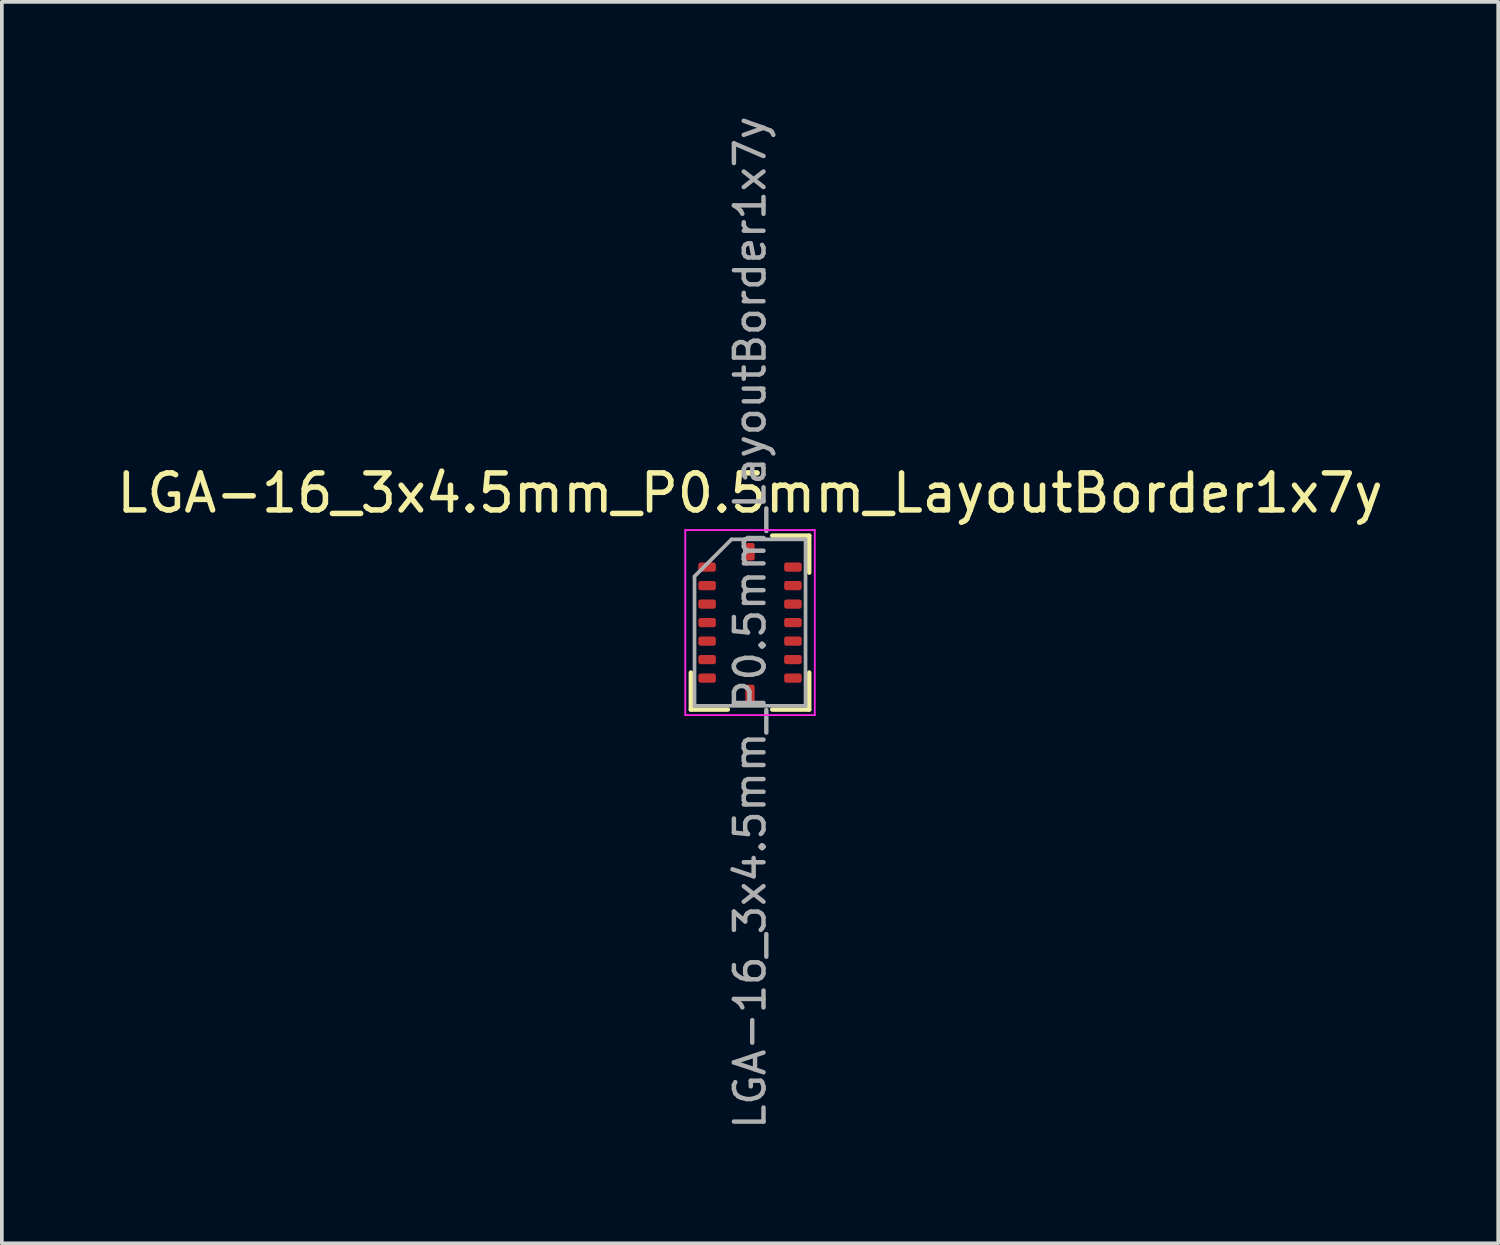
<source format=kicad_pcb>
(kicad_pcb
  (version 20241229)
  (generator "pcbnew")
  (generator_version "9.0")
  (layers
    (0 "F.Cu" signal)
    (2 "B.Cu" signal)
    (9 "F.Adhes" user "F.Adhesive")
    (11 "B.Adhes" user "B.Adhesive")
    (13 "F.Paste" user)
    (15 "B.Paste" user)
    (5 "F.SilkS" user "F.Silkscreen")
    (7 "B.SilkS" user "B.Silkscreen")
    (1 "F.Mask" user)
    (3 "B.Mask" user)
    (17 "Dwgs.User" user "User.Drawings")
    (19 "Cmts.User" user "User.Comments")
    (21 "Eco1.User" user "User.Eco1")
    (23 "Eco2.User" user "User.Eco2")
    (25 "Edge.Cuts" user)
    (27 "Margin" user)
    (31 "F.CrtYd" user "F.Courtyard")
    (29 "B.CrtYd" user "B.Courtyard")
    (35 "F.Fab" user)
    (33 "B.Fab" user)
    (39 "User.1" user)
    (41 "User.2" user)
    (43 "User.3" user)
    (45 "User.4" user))
  (footprint "LGA-16_3x4.5mm_P0.5mm_LayoutBorder1x7y"
    (layer "F.Cu")
    (at 17.22 13.776)
    (property "Reference" "LGA-16_3x4.5mm_P0.5mm_LayoutBorder1x7y" (at 0 -3.5 0) (layer "F.SilkS") (effects (font (size 1 1) (thickness 0.15))))
    (attr smd)
    (fp_line (start -1.6 2.35) (end -1.6 1.35) (stroke (width 0.12) (type solid)) (layer "F.SilkS"))
    (fp_line (start -0.6 2.35) (end -1.6 2.35) (stroke (width 0.12) (type solid)) (layer "F.SilkS"))
    (fp_line (start 0.6 -2.35) (end 1.6 -2.35) (stroke (width 0.12) (type solid)) (layer "F.SilkS"))
    (fp_line (start 1.6 -2.35) (end 1.6 -1.35) (stroke (width 0.12) (type solid)) (layer "F.SilkS"))
    (fp_line (start 1.6 1.35) (end 1.6 2.35) (stroke (width 0.12) (type solid)) (layer "F.SilkS"))
    (fp_line (start 1.6 2.35) (end 0.6 2.35) (stroke (width 0.12) (type solid)) (layer "F.SilkS"))
    (fp_line (start -1.75 -2.5) (end -1.75 2.5) (stroke (width 0.05) (type solid)) (layer "F.CrtYd"))
    (fp_line (start -1.75 2.5) (end 1.75 2.5) (stroke (width 0.05) (type solid)) (layer "F.CrtYd"))
    (fp_line (start 1.75 -2.5) (end -1.75 -2.5) (stroke (width 0.05) (type solid)) (layer "F.CrtYd"))
    (fp_line (start 1.75 2.5) (end 1.75 -2.5) (stroke (width 0.05) (type solid)) (layer "F.CrtYd"))
    (fp_line (start -1.5 -1.25) (end -0.5 -2.25) (stroke (width 0.1) (type solid)) (layer "F.Fab"))
    (fp_line (start -1.5 2.25) (end -1.5 -1.25) (stroke (width 0.1) (type solid)) (layer "F.Fab"))
    (fp_line (start -0.5 -2.25) (end 1.5 -2.25) (stroke (width 0.1) (type solid)) (layer "F.Fab"))
    (fp_line (start 1.5 -2.25) (end 1.5 2.25) (stroke (width 0.1) (type solid)) (layer "F.Fab"))
    (fp_line (start 1.5 2.25) (end -1.5 2.25) (stroke (width 0.1) (type solid)) (layer "F.Fab"))
    (fp_text user "${REFERENCE}" (at 0 0 90) (layer "F.Fab") (effects (font (size 0.8 0.8) (thickness 0.12))))
    (pad "1" smd roundrect (at -1.16 -1.5) (size 0.475 0.25) (layers "F.Cu" "F.Mask" "F.Paste") (roundrect_rratio 0.25))
    (pad "2" smd roundrect (at -1.16 -1) (size 0.475 0.25) (layers "F.Cu" "F.Mask" "F.Paste") (roundrect_rratio 0.25))
    (pad "3" smd roundrect (at -1.16 -0.5) (size 0.475 0.25) (layers "F.Cu" "F.Mask" "F.Paste") (roundrect_rratio 0.25))
    (pad "4" smd roundrect (at -1.16 0) (size 0.475 0.25) (layers "F.Cu" "F.Mask" "F.Paste") (roundrect_rratio 0.25))
    (pad "5" smd roundrect (at -1.16 0.5) (size 0.475 0.25) (layers "F.Cu" "F.Mask" "F.Paste") (roundrect_rratio 0.25))
    (pad "6" smd roundrect (at -1.16 1) (size 0.475 0.25) (layers "F.Cu" "F.Mask" "F.Paste") (roundrect_rratio 0.25))
    (pad "7" smd roundrect (at -1.16 1.5) (size 0.475 0.25) (layers "F.Cu" "F.Mask" "F.Paste") (roundrect_rratio 0.25))
    (pad "8" smd roundrect (at 0 1.915 90) (size 0.475 0.25) (layers "F.Cu" "F.Mask" "F.Paste") (roundrect_rratio 0.25))
    (pad "9" smd roundrect (at 1.16 1.5) (size 0.475 0.25) (layers "F.Cu" "F.Mask" "F.Paste") (roundrect_rratio 0.25))
    (pad "10" smd roundrect (at 1.16 1) (size 0.475 0.25) (layers "F.Cu" "F.Mask" "F.Paste") (roundrect_rratio 0.25))
    (pad "11" smd roundrect (at 1.16 0.5) (size 0.475 0.25) (layers "F.Cu" "F.Mask" "F.Paste") (roundrect_rratio 0.25))
    (pad "12" smd roundrect (at 1.16 0) (size 0.475 0.25) (layers "F.Cu" "F.Mask" "F.Paste") (roundrect_rratio 0.25))
    (pad "13" smd roundrect (at 1.16 -0.5) (size 0.475 0.25) (layers "F.Cu" "F.Mask" "F.Paste") (roundrect_rratio 0.25))
    (pad "14" smd roundrect (at 1.16 -1) (size 0.475 0.25) (layers "F.Cu" "F.Mask" "F.Paste") (roundrect_rratio 0.25))
    (pad "15" smd roundrect (at 1.16 -1.5) (size 0.475 0.25) (layers "F.Cu" "F.Mask" "F.Paste") (roundrect_rratio 0.25))
    (pad "16" smd roundrect (at 0 -1.915 90) (size 0.475 0.25) (layers "F.Cu" "F.Mask" "F.Paste") (roundrect_rratio 0.25)))
  (gr_rect
    (start -3 -3)
    (end 37.44 30.552)
    (stroke (width 0.1) (type default))
    (fill no)
    (layer "Edge.Cuts")))
</source>
